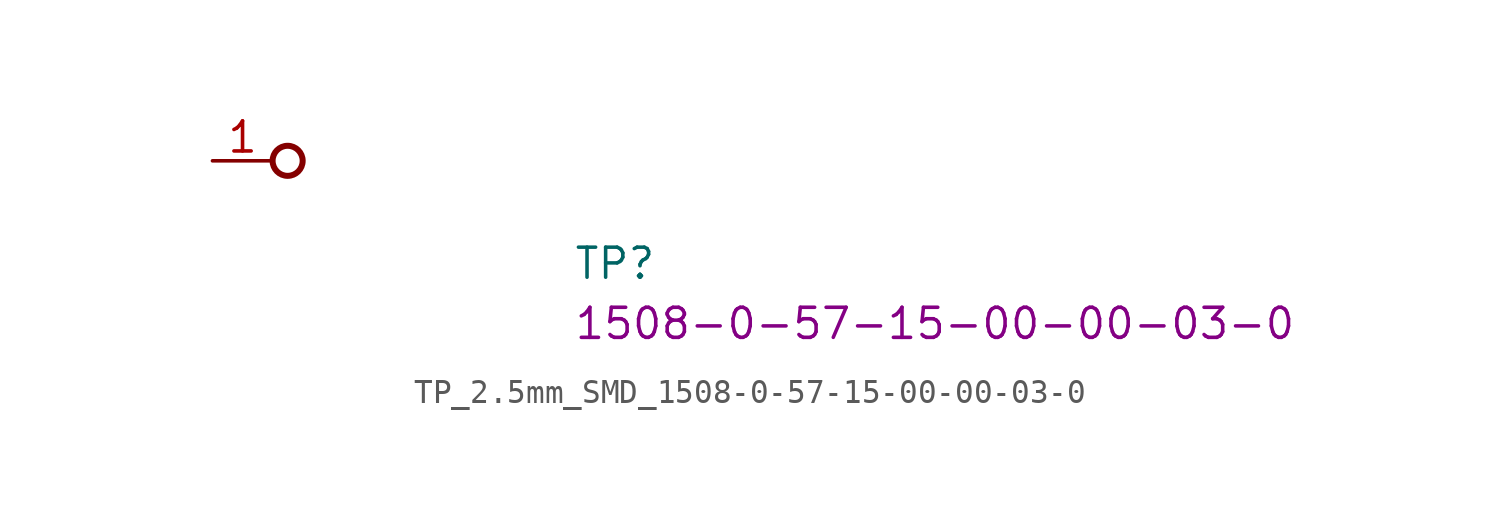
<source format=kicad_sym>
(kicad_symbol_lib
  (version 20220914)
  (generator kicad_symbol_editor)
  (symbol "TP_2.5mm_SMD_1508-0-57-15-00-00-03-0"
    (pin_names hide)
    (property "Reference" "TP"
      (at 15.24 -5.08 0)
      (effects (font (size 1.27 1.27) (thickness 0.15)) (justify left bottom)))
    (property "MPN" "1508-0-57-15-00-00-03-0"
      (at 15.24 -7.62 0)
      (effects (font (size 1.27 1.27) (thickness 0.15)) (justify left bottom)))
    (symbol "TP_2.5mm_SMD_1508-0-57-15-00-00-03-0_1_1"
      (circle (center 3.175 0) (radius 0.635) (stroke (width 0.254) (type default)) (fill (type none)))
      (pin passive line (at 0 0 0) (length 2.54) (name "1" (effects (font (size 1.27 1.27)))) (number "1" (effects (font (size 1.27 1.27))))))))
</source>
